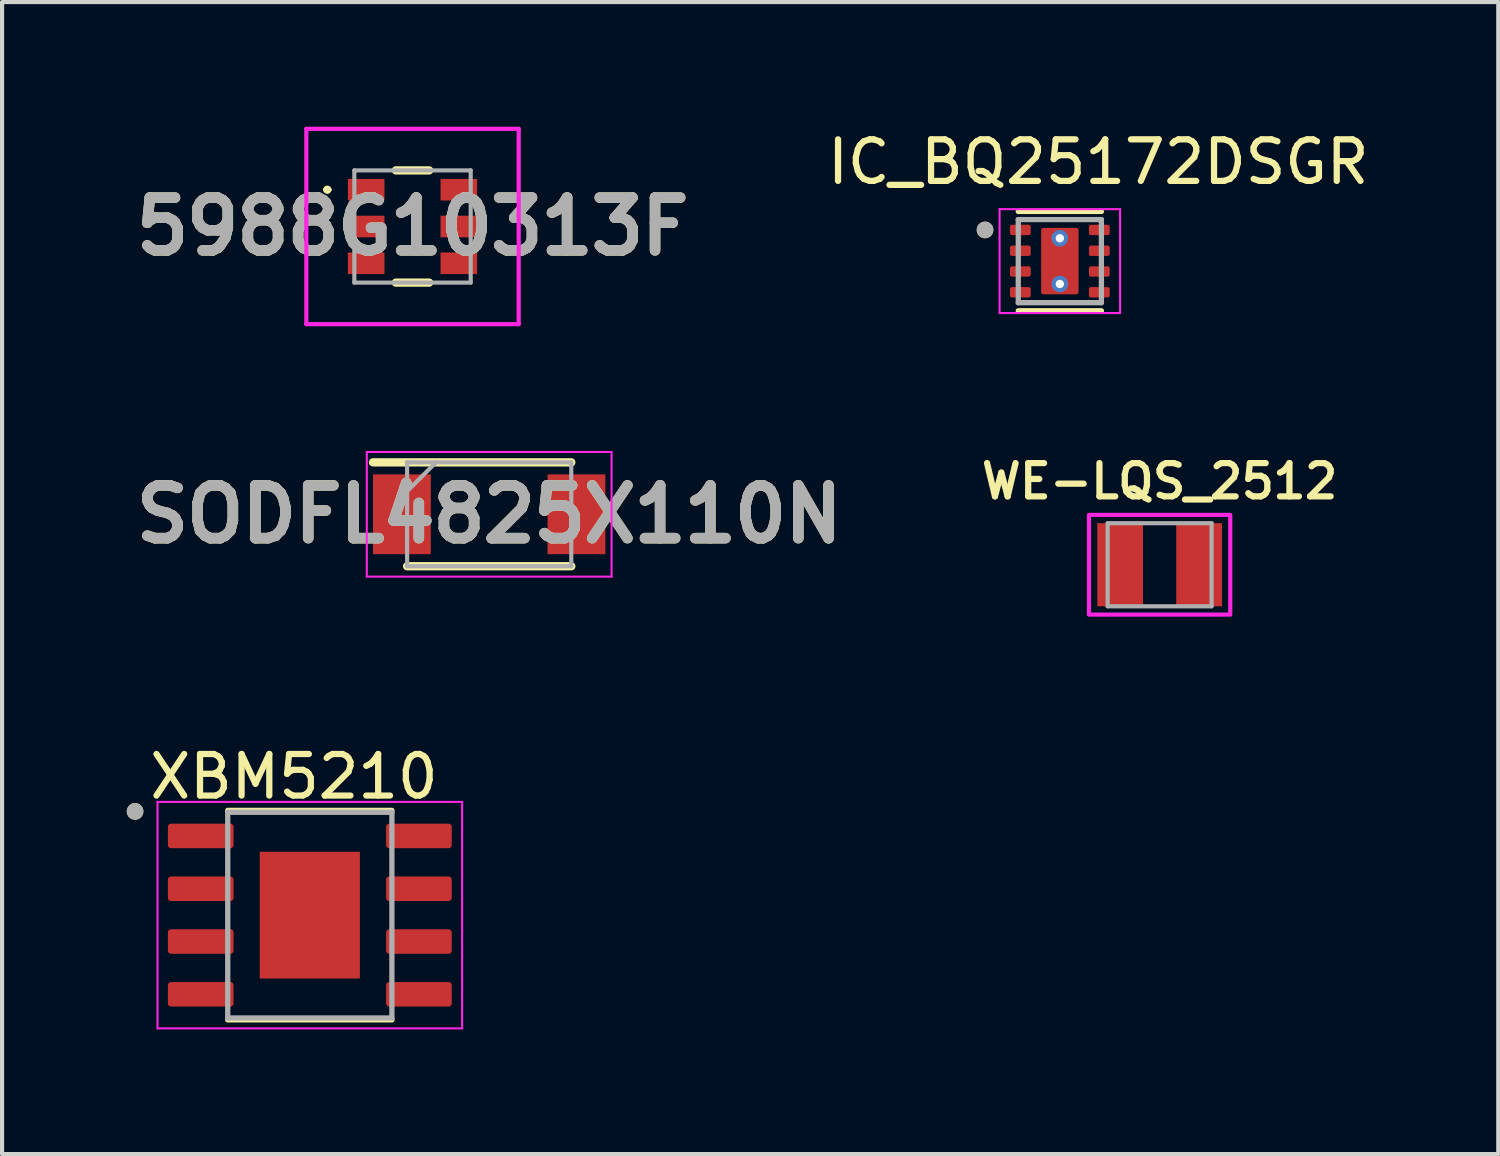
<source format=kicad_pcb>
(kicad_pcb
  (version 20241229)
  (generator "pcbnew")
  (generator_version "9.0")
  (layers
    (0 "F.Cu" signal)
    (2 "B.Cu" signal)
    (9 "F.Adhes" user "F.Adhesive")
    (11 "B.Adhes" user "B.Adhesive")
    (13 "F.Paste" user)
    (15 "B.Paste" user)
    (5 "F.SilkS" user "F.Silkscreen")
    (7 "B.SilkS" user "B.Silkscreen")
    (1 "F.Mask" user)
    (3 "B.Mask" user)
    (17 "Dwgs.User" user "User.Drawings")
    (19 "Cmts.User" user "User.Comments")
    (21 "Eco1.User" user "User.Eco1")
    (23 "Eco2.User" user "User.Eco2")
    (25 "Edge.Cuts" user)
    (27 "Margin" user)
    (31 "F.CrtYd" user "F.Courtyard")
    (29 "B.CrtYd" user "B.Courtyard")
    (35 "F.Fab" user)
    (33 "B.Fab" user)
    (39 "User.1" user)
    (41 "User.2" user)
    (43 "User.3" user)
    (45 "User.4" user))
  (footprint "5988G10313F"
    (layer "F.Cu")
    (at 6.876 2.4)
    (property "Reference" "5988G10313F" (at 0 0 0) (layer "F.SilkS") (effects (font (size 1.27 1.27) (thickness 0.254))))
    (attr smd)
    (fp_line (start -2.1 -0.885) (end -2.1 -0.885) (stroke (width 0.1) (type solid)) (layer "F.SilkS"))
    (fp_line (start -2 -0.885) (end -2 -0.885) (stroke (width 0.1) (type solid)) (layer "F.SilkS"))
    (fp_line (start -0.4 -1.35) (end 0.4 -1.35) (stroke (width 0.2) (type solid)) (layer "F.SilkS"))
    (fp_line (start -0.4 1.35) (end 0.4 1.35) (stroke (width 0.2) (type solid)) (layer "F.SilkS"))
    (fp_arc (start -2.1 -0.885) (mid -2.05 -0.935) (end -2 -0.885) (stroke (width 0.1) (type solid)) (layer "F.SilkS"))
    (fp_arc (start -2 -0.885) (mid -2.05 -0.835) (end -2.1 -0.885) (stroke (width 0.1) (type solid)) (layer "F.SilkS"))
    (fp_line (start -2.555 -2.35) (end 2.555 -2.35) (stroke (width 0.1) (type solid)) (layer "F.CrtYd"))
    (fp_line (start -2.555 2.35) (end -2.555 -2.35) (stroke (width 0.1) (type solid)) (layer "F.CrtYd"))
    (fp_line (start 2.555 -2.35) (end 2.555 2.35) (stroke (width 0.1) (type solid)) (layer "F.CrtYd"))
    (fp_line (start 2.555 2.35) (end -2.555 2.35) (stroke (width 0.1) (type solid)) (layer "F.CrtYd"))
    (fp_line (start -1.4 -1.35) (end 1.4 -1.35) (stroke (width 0.1) (type solid)) (layer "F.Fab"))
    (fp_line (start -1.4 1.35) (end -1.4 -1.35) (stroke (width 0.1) (type solid)) (layer "F.Fab"))
    (fp_line (start 1.4 -1.35) (end 1.4 1.35) (stroke (width 0.1) (type solid)) (layer "F.Fab"))
    (fp_line (start 1.4 1.35) (end -1.4 1.35) (stroke (width 0.1) (type solid)) (layer "F.Fab"))
    (fp_text user "${REFERENCE}" (at 0 0 0) (layer "F.Fab") (effects (font (size 1.27 1.27) (thickness 0.254))))
    (pad "1" smd rect (at -1.115 -0.885 90) (size 0.52 0.88) (layers "F.Cu" "F.Mask" "F.Paste"))
    (pad "2" smd rect (at 1.115 -0.885 90) (size 0.52 0.88) (layers "F.Cu" "F.Mask" "F.Paste"))
    (pad "3" smd rect (at -1.115 0 90) (size 0.52 0.88) (layers "F.Cu" "F.Mask" "F.Paste"))
    (pad "4" smd rect (at 1.115 0 90) (size 0.52 0.88) (layers "F.Cu" "F.Mask" "F.Paste"))
    (pad "5" smd rect (at -1.115 0.885 90) (size 0.52 0.88) (layers "F.Cu" "F.Mask" "F.Paste"))
    (pad "6" smd rect (at 1.115 0.885 90) (size 0.52 0.88) (layers "F.Cu" "F.Mask" "F.Paste")))
  (footprint "WE-LQS_2512"
    (layer "F.Cu")
    (at 24.853 10.539)
    (property "Reference" "WE-LQS_2512" (at 0 -2.008 0) (layer "F.SilkS") (effects (font (size 0.8 0.8) (thickness 0.15))))
    (attr smd)
    (fp_poly (pts (xy -1.7 -1.2) (xy 1.7 -1.2) (xy 1.7 1.2) (xy -1.7 1.2)) (stroke (width 0.1) (type solid)) (fill no) (layer "F.CrtYd"))
    (fp_line (start -1.25 -1) (end 1.25 -1) (stroke (width 0.1) (type solid)) (layer "F.Fab"))
    (fp_line (start -1.25 1) (end -1.25 -1) (stroke (width 0.1) (type solid)) (layer "F.Fab"))
    (fp_line (start 1.25 -1) (end 1.25 1) (stroke (width 0.1) (type solid)) (layer "F.Fab"))
    (fp_line (start 1.25 1) (end -1.25 1) (stroke (width 0.1) (type solid)) (layer "F.Fab"))
    (pad "1" smd rect (at -0.95 0) (size 1.1 2) (layers "F.Cu" "F.Mask" "F.Paste"))
    (pad "2" smd rect (at 0.95 0) (size 1.1 2) (layers "F.Cu" "F.Mask" "F.Paste")))
  (footprint "SODFL4825X110N"
    (layer "F.Cu")
    (at 8.721 9.325)
    (property "Reference" "SODFL4825X110N" (at 0 0 0) (layer "F.SilkS") (effects (font (size 1.27 1.27) (thickness 0.254))))
    (attr smd)
    (fp_line (start -2.795 -1.25) (end 1.975 -1.25) (stroke (width 0.2) (type solid)) (layer "F.SilkS"))
    (fp_line (start -1.975 1.25) (end 1.975 1.25) (stroke (width 0.2) (type solid)) (layer "F.SilkS"))
    (fp_line (start -2.945 -1.5) (end 2.945 -1.5) (stroke (width 0.05) (type solid)) (layer "F.CrtYd"))
    (fp_line (start -2.945 1.5) (end -2.945 -1.5) (stroke (width 0.05) (type solid)) (layer "F.CrtYd"))
    (fp_line (start 2.945 -1.5) (end 2.945 1.5) (stroke (width 0.05) (type solid)) (layer "F.CrtYd"))
    (fp_line (start 2.945 1.5) (end -2.945 1.5) (stroke (width 0.05) (type solid)) (layer "F.CrtYd"))
    (fp_line (start -1.975 -1.25) (end 1.975 -1.25) (stroke (width 0.1) (type solid)) (layer "F.Fab"))
    (fp_line (start -1.975 -0.555) (end -1.28 -1.25) (stroke (width 0.1) (type solid)) (layer "F.Fab"))
    (fp_line (start -1.975 1.25) (end -1.975 -1.25) (stroke (width 0.1) (type solid)) (layer "F.Fab"))
    (fp_line (start 1.975 -1.25) (end 1.975 1.25) (stroke (width 0.1) (type solid)) (layer "F.Fab"))
    (fp_line (start 1.975 1.25) (end -1.975 1.25) (stroke (width 0.1) (type solid)) (layer "F.Fab"))
    (fp_text user "${REFERENCE}" (at 0 0 0) (layer "F.Fab") (effects (font (size 1.27 1.27) (thickness 0.254))))
    (pad "1" smd rect (at -2.1 0) (size 1.39 1.92) (layers "F.Cu" "F.Mask" "F.Paste"))
    (pad "2" smd rect (at 2.1 0) (size 1.39 1.92) (layers "F.Cu" "F.Mask" "F.Paste")))
  (footprint "IC_BQ25172DSGR"
    (layer "F.Cu")
    (at 22.452 3.233)
    (property "Reference" "IC_BQ25172DSGR" (at 0.925 -2.385 0) (layer "F.SilkS") (effects (font (size 1 1) (thickness 0.15))))
    (attr smd)
    (fp_line (start -1 -1.195) (end 1 -1.195) (stroke (width 0.127) (type solid)) (layer "F.SilkS"))
    (fp_line (start -1 1.195) (end 1 1.195) (stroke (width 0.127) (type solid)) (layer "F.SilkS"))
    (fp_circle (center -1.8 -0.75) (end -1.7 -0.75) (stroke (width 0.2) (type solid)) (fill no) (layer "F.SilkS"))
    (fp_poly (pts (xy 0.45 -0.75) (xy 0.45 -0.15) (xy 0.45 -0.147) (xy 0.45 -0.145) (xy 0.449 -0.142) (xy 0.449 -0.14) (xy 0.448 -0.137) (xy 0.448 -0.135) (xy 0.447 -0.132) (xy 0.446 -0.13) (xy 0.445 -0.127) (xy 0.443 -0.125) (xy 0.442 -0.123) (xy 0.44 -0.121) (xy 0.439 -0.119) (xy 0.437 -0.117) (xy 0.435 -0.115) (xy 0.433 -0.113) (xy 0.431 -0.111) (xy 0.429 -0.11) (xy 0.427 -0.108) (xy 0.425 -0.107) (xy 0.423 -0.105) (xy 0.42 -0.104) (xy 0.418 -0.103) (xy 0.415 -0.102) (xy 0.413 -0.102) (xy 0.41 -0.101) (xy 0.408 -0.101) (xy 0.405 -0.1) (xy 0.403 -0.1) (xy 0.4 -0.1) (xy -0.4 -0.1) (xy -0.403 -0.1) (xy -0.405 -0.1) (xy -0.408 -0.101) (xy -0.41 -0.101) (xy -0.413 -0.102) (xy -0.415 -0.102) (xy -0.418 -0.103) (xy -0.42 -0.104) (xy -0.423 -0.105) (xy -0.425 -0.107) (xy -0.427 -0.108) (xy -0.429 -0.11) (xy -0.431 -0.111) (xy -0.433 -0.113) (xy -0.435 -0.115) (xy -0.437 -0.117) (xy -0.439 -0.119) (xy -0.44 -0.121) (xy -0.442 -0.123) (xy -0.443 -0.125) (xy -0.445 -0.127) (xy -0.446 -0.13) (xy -0.447 -0.132) (xy -0.448 -0.135) (xy -0.448 -0.137) (xy -0.449 -0.14) (xy -0.449 -0.142) (xy -0.45 -0.145) (xy -0.45 -0.147) (xy -0.45 -0.15) (xy -0.45 -0.75) (xy -0.45 -0.753) (xy -0.45 -0.755) (xy -0.449 -0.758) (xy -0.449 -0.76) (xy -0.448 -0.763) (xy -0.448 -0.765) (xy -0.447 -0.768) (xy -0.446 -0.77) (xy -0.445 -0.773) (xy -0.443 -0.775) (xy -0.442 -0.777) (xy -0.44 -0.779) (xy -0.439 -0.781) (xy -0.437 -0.783) (xy -0.435 -0.785) (xy -0.433 -0.787) (xy -0.431 -0.789) (xy -0.429 -0.79) (xy -0.427 -0.792) (xy -0.425 -0.793) (xy -0.423 -0.795) (xy -0.42 -0.796) (xy -0.418 -0.797) (xy -0.415 -0.798) (xy -0.413 -0.798) (xy -0.41 -0.799) (xy -0.408 -0.799) (xy -0.405 -0.8) (xy -0.403 -0.8) (xy -0.4 -0.8) (xy 0.4 -0.8) (xy 0.403 -0.8) (xy 0.405 -0.8) (xy 0.408 -0.799) (xy 0.41 -0.799) (xy 0.413 -0.798) (xy 0.415 -0.798) (xy 0.418 -0.797) (xy 0.42 -0.796) (xy 0.423 -0.795) (xy 0.425 -0.793) (xy 0.427 -0.792) (xy 0.429 -0.79) (xy 0.431 -0.789) (xy 0.433 -0.787) (xy 0.435 -0.785) (xy 0.437 -0.783) (xy 0.439 -0.781) (xy 0.44 -0.779) (xy 0.442 -0.777) (xy 0.443 -0.775) (xy 0.445 -0.773) (xy 0.446 -0.77) (xy 0.447 -0.768) (xy 0.448 -0.765) (xy 0.448 -0.763) (xy 0.449 -0.76) (xy 0.449 -0.758) (xy 0.45 -0.755) (xy 0.45 -0.753) (xy 0.45 -0.75)) (stroke (width 0.01) (type solid)) (fill yes) (layer "F.Paste"))
    (fp_poly (pts (xy 0.45 0.15) (xy 0.45 0.75) (xy 0.45 0.753) (xy 0.45 0.755) (xy 0.449 0.758) (xy 0.449 0.76) (xy 0.448 0.763) (xy 0.448 0.765) (xy 0.447 0.768) (xy 0.446 0.77) (xy 0.445 0.773) (xy 0.443 0.775) (xy 0.442 0.777) (xy 0.44 0.779) (xy 0.439 0.781) (xy 0.437 0.783) (xy 0.435 0.785) (xy 0.433 0.787) (xy 0.431 0.789) (xy 0.429 0.79) (xy 0.427 0.792) (xy 0.425 0.793) (xy 0.423 0.795) (xy 0.42 0.796) (xy 0.418 0.797) (xy 0.415 0.798) (xy 0.413 0.798) (xy 0.41 0.799) (xy 0.408 0.799) (xy 0.405 0.8) (xy 0.403 0.8) (xy 0.4 0.8) (xy -0.4 0.8) (xy -0.403 0.8) (xy -0.405 0.8) (xy -0.408 0.799) (xy -0.41 0.799) (xy -0.413 0.798) (xy -0.415 0.798) (xy -0.418 0.797) (xy -0.42 0.796) (xy -0.423 0.795) (xy -0.425 0.793) (xy -0.427 0.792) (xy -0.429 0.79) (xy -0.431 0.789) (xy -0.433 0.787) (xy -0.435 0.785) (xy -0.437 0.783) (xy -0.439 0.781) (xy -0.44 0.779) (xy -0.442 0.777) (xy -0.443 0.775) (xy -0.445 0.773) (xy -0.446 0.77) (xy -0.447 0.768) (xy -0.448 0.765) (xy -0.448 0.763) (xy -0.449 0.76) (xy -0.449 0.758) (xy -0.45 0.755) (xy -0.45 0.753) (xy -0.45 0.75) (xy -0.45 0.15) (xy -0.45 0.147) (xy -0.45 0.145) (xy -0.449 0.142) (xy -0.449 0.14) (xy -0.448 0.137) (xy -0.448 0.135) (xy -0.447 0.132) (xy -0.446 0.13) (xy -0.445 0.127) (xy -0.443 0.125) (xy -0.442 0.123) (xy -0.44 0.121) (xy -0.439 0.119) (xy -0.437 0.117) (xy -0.435 0.115) (xy -0.433 0.113) (xy -0.431 0.111) (xy -0.429 0.11) (xy -0.427 0.108) (xy -0.425 0.107) (xy -0.423 0.105) (xy -0.42 0.104) (xy -0.418 0.103) (xy -0.415 0.102) (xy -0.413 0.102) (xy -0.41 0.101) (xy -0.408 0.101) (xy -0.405 0.1) (xy -0.403 0.1) (xy -0.4 0.1) (xy 0.4 0.1) (xy 0.403 0.1) (xy 0.405 0.1) (xy 0.408 0.101) (xy 0.41 0.101) (xy 0.413 0.102) (xy 0.415 0.102) (xy 0.418 0.103) (xy 0.42 0.104) (xy 0.423 0.105) (xy 0.425 0.107) (xy 0.427 0.108) (xy 0.429 0.11) (xy 0.431 0.111) (xy 0.433 0.113) (xy 0.435 0.115) (xy 0.437 0.117) (xy 0.439 0.119) (xy 0.44 0.121) (xy 0.442 0.123) (xy 0.443 0.125) (xy 0.445 0.127) (xy 0.446 0.13) (xy 0.447 0.132) (xy 0.448 0.135) (xy 0.448 0.137) (xy 0.449 0.14) (xy 0.449 0.142) (xy 0.45 0.145) (xy 0.45 0.147) (xy 0.45 0.15)) (stroke (width 0.01) (type solid)) (fill yes) (layer "F.Paste"))
    (fp_line (start -1.45 -1.25) (end -1.45 1.25) (stroke (width 0.05) (type solid)) (layer "F.CrtYd"))
    (fp_line (start -1.45 -1.25) (end 1.45 -1.25) (stroke (width 0.05) (type solid)) (layer "F.CrtYd"))
    (fp_line (start -1.45 1.25) (end 1.45 1.25) (stroke (width 0.05) (type solid)) (layer "F.CrtYd"))
    (fp_line (start 1.45 -1.25) (end 1.45 1.25) (stroke (width 0.05) (type solid)) (layer "F.CrtYd"))
    (fp_line (start -1 -1) (end -1 1) (stroke (width 0.127) (type solid)) (layer "F.Fab"))
    (fp_line (start -1 -1) (end 1 -1) (stroke (width 0.127) (type solid)) (layer "F.Fab"))
    (fp_line (start -1 1) (end 1 1) (stroke (width 0.127) (type solid)) (layer "F.Fab"))
    (fp_line (start 1 -1) (end 1 1) (stroke (width 0.127) (type solid)) (layer "F.Fab"))
    (fp_circle (center -1.8 -0.75) (end -1.7 -0.75) (stroke (width 0.2) (type solid)) (fill no) (layer "F.Fab"))
    (pad "1" smd roundrect (at -0.95 -0.75) (size 0.5 0.25) (layers "F.Cu" "F.Mask" "F.Paste") (roundrect_rratio 0.2))
    (pad "2" smd roundrect (at -0.95 -0.25) (size 0.5 0.25) (layers "F.Cu" "F.Mask" "F.Paste") (roundrect_rratio 0.2))
    (pad "3" smd roundrect (at -0.95 0.25) (size 0.5 0.25) (layers "F.Cu" "F.Mask" "F.Paste") (roundrect_rratio 0.2))
    (pad "4" smd roundrect (at -0.95 0.75) (size 0.5 0.25) (layers "F.Cu" "F.Mask" "F.Paste") (roundrect_rratio 0.2))
    (pad "5" smd roundrect (at 0.95 0.75) (size 0.5 0.25) (layers "F.Cu" "F.Mask" "F.Paste") (roundrect_rratio 0.2))
    (pad "6" smd roundrect (at 0.95 0.25) (size 0.5 0.25) (layers "F.Cu" "F.Mask" "F.Paste") (roundrect_rratio 0.2))
    (pad "7" smd roundrect (at 0.95 -0.25) (size 0.5 0.25) (layers "F.Cu" "F.Mask" "F.Paste") (roundrect_rratio 0.2))
    (pad "8" smd roundrect (at 0.95 -0.75) (size 0.5 0.25) (layers "F.Cu" "F.Mask" "F.Paste") (roundrect_rratio 0.2))
    (pad "9" smd roundrect (at 0 0) (size 0.9 1.6) (layers "F.Cu" "F.Mask") (roundrect_rratio 0.06))
    (pad "10" thru_hole circle (at 0 -0.55) (size 0.4 0.4) (drill 0.2) (layers "*.Cu"))
    (pad "11" thru_hole circle (at 0 0.55) (size 0.4 0.4) (drill 0.2) (layers "*.Cu")))
  (footprint "XBM5210"
    (layer "F.Cu")
    (at 4.405 18.97)
    (property "Reference" "XBM5210" (at -0.38 -3.332 0) (layer "F.SilkS") (effects (font (size 1 1) (thickness 0.15))))
    (attr smd)
    (fp_line (start -1.975 -2.52) (end 1.975 -2.52) (stroke (width 0.127) (type solid)) (layer "F.SilkS"))
    (fp_line (start -1.975 2.52) (end 1.975 2.52) (stroke (width 0.127) (type solid)) (layer "F.SilkS"))
    (fp_circle (center -4.205 -2.495) (end -4.105 -2.495) (stroke (width 0.2) (type solid)) (fill no) (layer "F.SilkS"))
    (fp_poly (pts (xy -0.603 -0.762) (xy 0.603 -0.762) (xy 0.603 0.762) (xy -0.603 0.762)) (stroke (width 0.01) (type solid)) (fill yes) (layer "F.Paste"))
    (fp_line (start -3.665 -2.725) (end -3.665 2.725) (stroke (width 0.05) (type solid)) (layer "F.CrtYd"))
    (fp_line (start -3.665 -2.725) (end 3.665 -2.725) (stroke (width 0.05) (type solid)) (layer "F.CrtYd"))
    (fp_line (start -3.665 2.725) (end 3.665 2.725) (stroke (width 0.05) (type solid)) (layer "F.CrtYd"))
    (fp_line (start 3.665 -2.725) (end 3.665 2.725) (stroke (width 0.05) (type solid)) (layer "F.CrtYd"))
    (fp_line (start -1.975 -2.475) (end -1.975 2.475) (stroke (width 0.127) (type solid)) (layer "F.Fab"))
    (fp_line (start -1.975 -2.475) (end 1.975 -2.475) (stroke (width 0.127) (type solid)) (layer "F.Fab"))
    (fp_line (start -1.975 2.475) (end 1.975 2.475) (stroke (width 0.127) (type solid)) (layer "F.Fab"))
    (fp_line (start 1.975 -2.475) (end 1.975 2.475) (stroke (width 0.127) (type solid)) (layer "F.Fab"))
    (fp_circle (center -4.205 -2.495) (end -4.105 -2.495) (stroke (width 0.2) (type solid)) (fill no) (layer "F.Fab"))
    (pad "1" smd roundrect (at -2.625 -1.905) (size 1.58 0.59) (layers "F.Cu" "F.Mask" "F.Paste") (roundrect_rratio 0.125))
    (pad "2" smd roundrect (at -2.625 -0.635) (size 1.58 0.59) (layers "F.Cu" "F.Mask" "F.Paste") (roundrect_rratio 0.125))
    (pad "3" smd roundrect (at -2.625 0.635) (size 1.58 0.59) (layers "F.Cu" "F.Mask" "F.Paste") (roundrect_rratio 0.125))
    (pad "4" smd roundrect (at -2.625 1.905) (size 1.58 0.59) (layers "F.Cu" "F.Mask" "F.Paste") (roundrect_rratio 0.125))
    (pad "5" smd roundrect (at 2.625 1.905) (size 1.58 0.59) (layers "F.Cu" "F.Mask" "F.Paste") (roundrect_rratio 0.125))
    (pad "6" smd roundrect (at 2.625 0.635) (size 1.58 0.59) (layers "F.Cu" "F.Mask" "F.Paste") (roundrect_rratio 0.125))
    (pad "7" smd roundrect (at 2.625 -0.635) (size 1.58 0.59) (layers "F.Cu" "F.Mask" "F.Paste") (roundrect_rratio 0.125))
    (pad "8" smd roundrect (at 2.625 -1.905) (size 1.58 0.59) (layers "F.Cu" "F.Mask" "F.Paste") (roundrect_rratio 0.125))
    (pad "9" smd rect (at 0 0) (size 2.41 3.05) (layers "F.Cu" "F.Mask")))
  (gr_rect
    (start -3 -3)
    (end 33.002 24.72)
    (stroke (width 0.1) (type default))
    (fill no)
    (layer "Edge.Cuts")))
</source>
